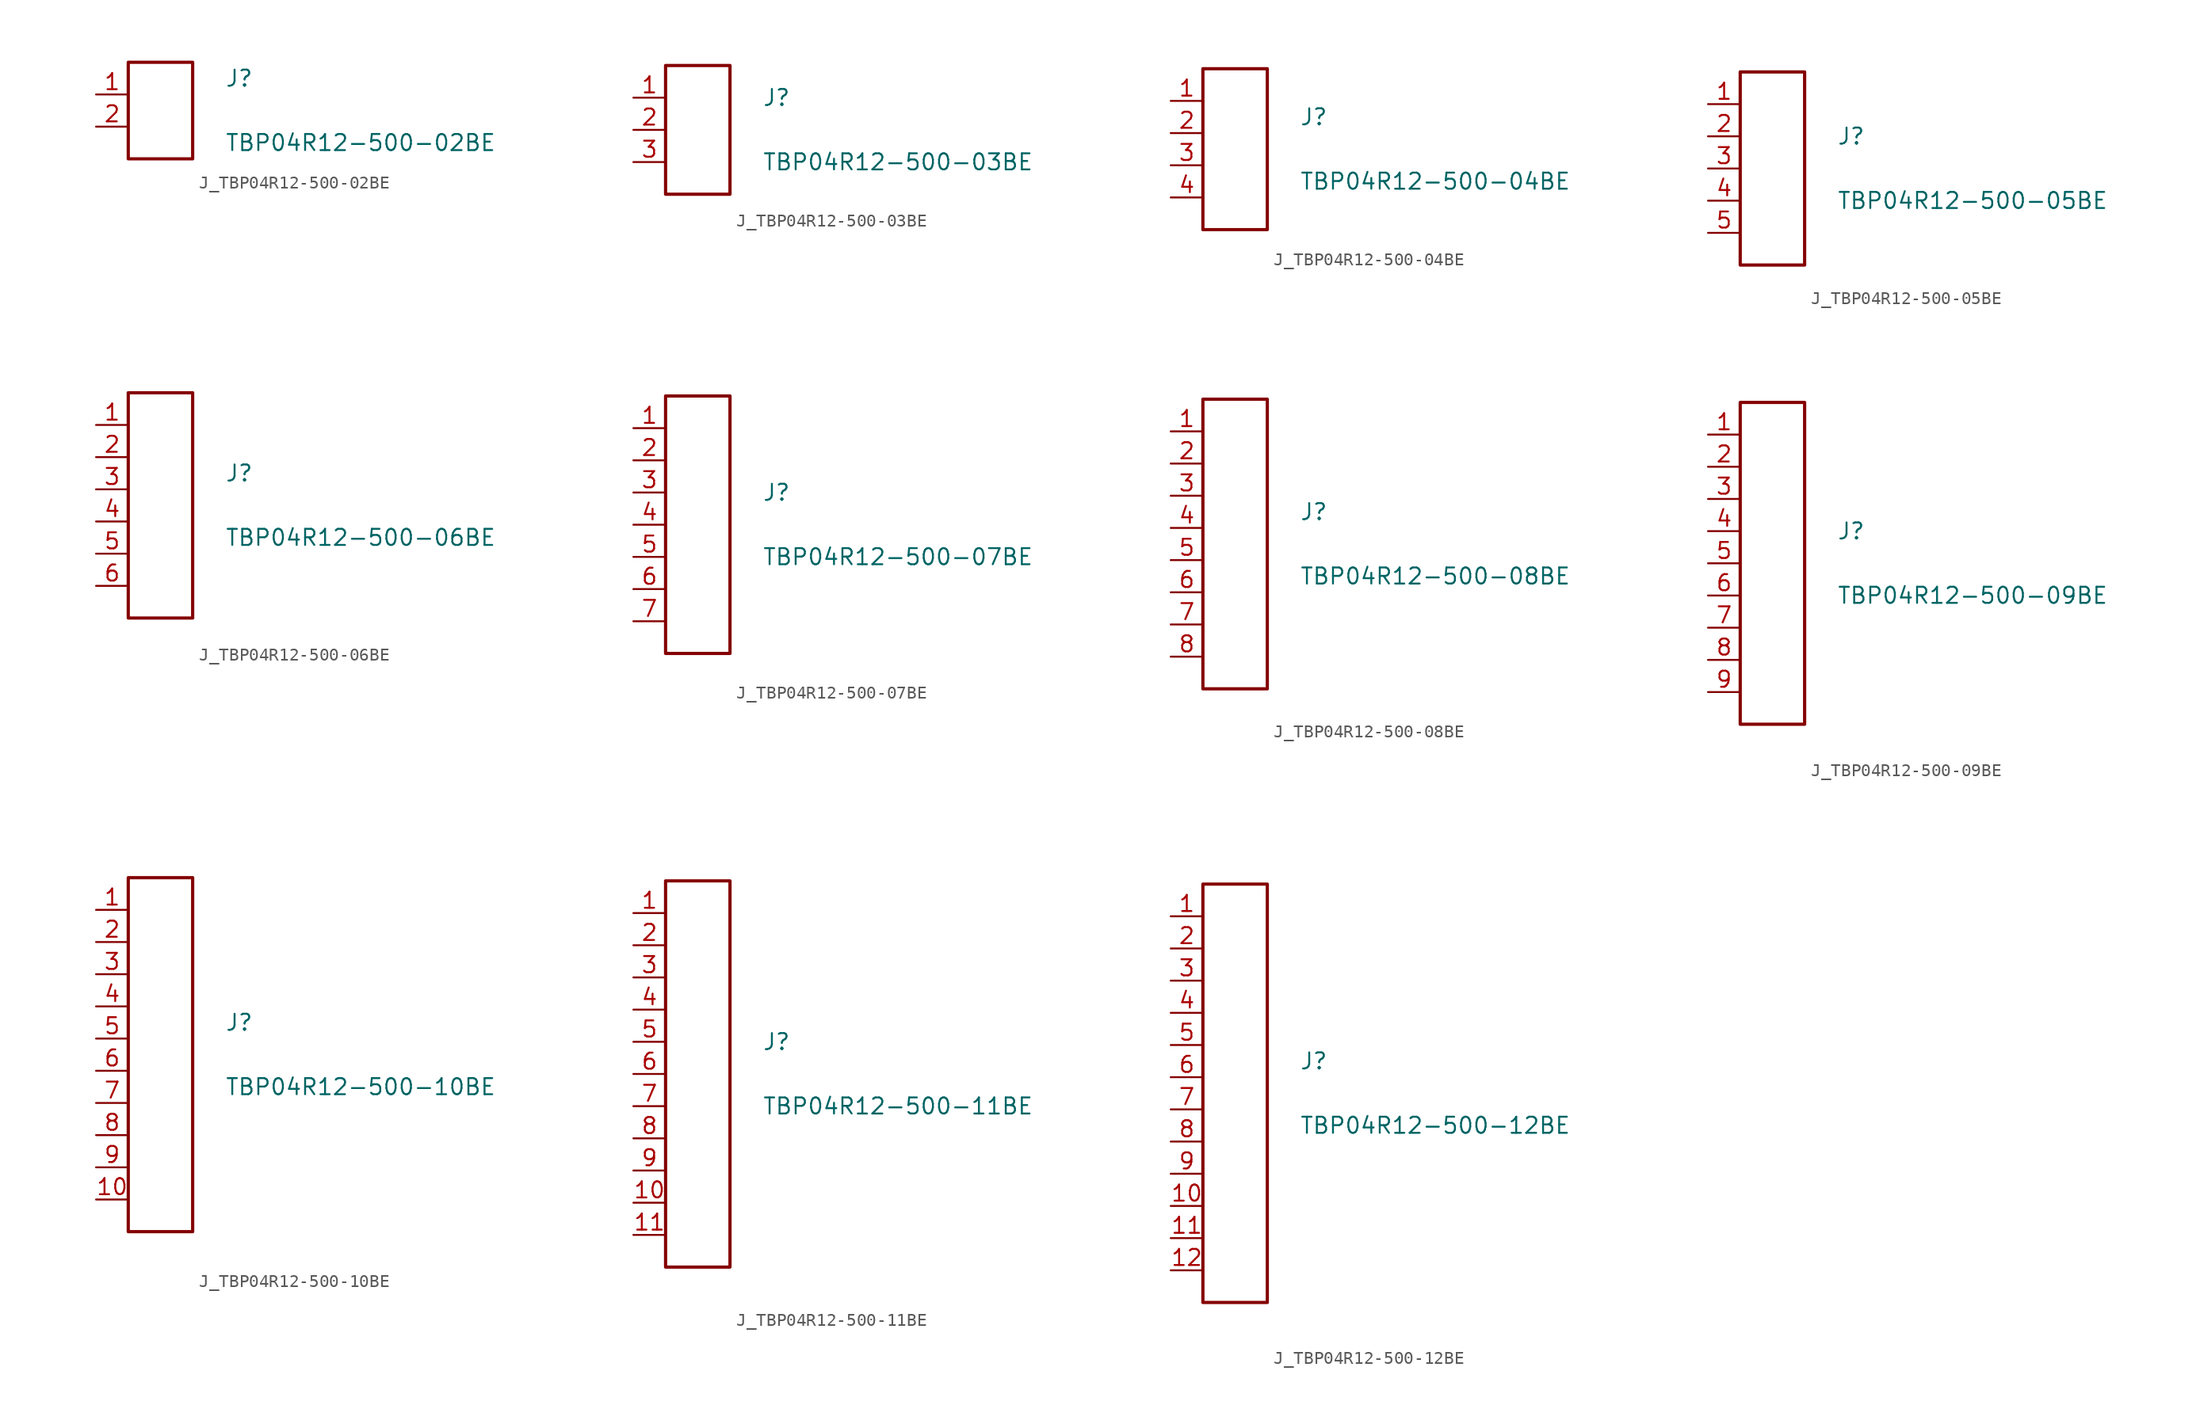
<source format=kicad_sym>
(kicad_symbol_lib
  (version 20231120)
  (generator kicad_symbol_editor)
  (generator_version 8.0)
  (symbol "J_TBP04R12-500-02BE"
    (pin_names
      (offset 0.254))
    (property "Reference" "J"
      (at 5.08 2.54 0)
      (effects (font (size 1.27 1.27)) (justify left)))
    (property "Value" "TBP04R12-500-02BE"
      (at 5.08 -2.54 0)
      (effects (font (size 1.27 1.27)) (justify left)))
    (symbol "J_TBP04R12-500-02BE_0_0"
      (pin unspecified line (at -5.08 1.27 0) (length 2.54) (name "" (effects (font (size 1.27 1.27)))) (number "1" (effects (font (size 1.27 1.27)))))
      (pin unspecified line (at -5.08 -1.27 0) (length 2.54) (name "" (effects (font (size 1.27 1.27)))) (number "2" (effects (font (size 1.27 1.27))))))
    (symbol "J_TBP04R12-500-02BE_1_0"
      (rectangle (start -2.54 3.81) (end 2.54 -3.81) (stroke (width 0.254) (type solid)) (fill (type none)))))
  (symbol "J_TBP04R12-500-03BE"
    (pin_names
      (offset 0.254))
    (property "Reference" "J"
      (at 5.08 2.54 0)
      (effects (font (size 1.27 1.27)) (justify left)))
    (property "Value" "TBP04R12-500-03BE"
      (at 5.08 -2.54 0)
      (effects (font (size 1.27 1.27)) (justify left)))
    (symbol "J_TBP04R12-500-03BE_0_0"
      (pin unspecified line (at -5.08 2.54 0) (length 2.54) (name "" (effects (font (size 1.27 1.27)))) (number "1" (effects (font (size 1.27 1.27)))))
      (pin unspecified line (at -5.08 0.0 0) (length 2.54) (name "" (effects (font (size 1.27 1.27)))) (number "2" (effects (font (size 1.27 1.27)))))
      (pin unspecified line (at -5.08 -2.54 0) (length 2.54) (name "" (effects (font (size 1.27 1.27)))) (number "3" (effects (font (size 1.27 1.27))))))
    (symbol "J_TBP04R12-500-03BE_1_0"
      (rectangle (start -2.54 5.08) (end 2.54 -5.08) (stroke (width 0.254) (type solid)) (fill (type none)))))
  (symbol "J_TBP04R12-500-04BE"
    (pin_names
      (offset 0.254))
    (property "Reference" "J"
      (at 5.08 2.54 0)
      (effects (font (size 1.27 1.27)) (justify left)))
    (property "Value" "TBP04R12-500-04BE"
      (at 5.08 -2.54 0)
      (effects (font (size 1.27 1.27)) (justify left)))
    (symbol "J_TBP04R12-500-04BE_0_0"
      (pin unspecified line (at -5.08 3.81 0) (length 2.54) (name "" (effects (font (size 1.27 1.27)))) (number "1" (effects (font (size 1.27 1.27)))))
      (pin unspecified line (at -5.08 1.27 0) (length 2.54) (name "" (effects (font (size 1.27 1.27)))) (number "2" (effects (font (size 1.27 1.27)))))
      (pin unspecified line (at -5.08 -1.27 0) (length 2.54) (name "" (effects (font (size 1.27 1.27)))) (number "3" (effects (font (size 1.27 1.27)))))
      (pin unspecified line (at -5.08 -3.81 0) (length 2.54) (name "" (effects (font (size 1.27 1.27)))) (number "4" (effects (font (size 1.27 1.27))))))
    (symbol "J_TBP04R12-500-04BE_1_0"
      (rectangle (start -2.54 6.35) (end 2.54 -6.35) (stroke (width 0.254) (type solid)) (fill (type none)))))
  (symbol "J_TBP04R12-500-05BE"
    (pin_names
      (offset 0.254))
    (property "Reference" "J"
      (at 5.08 2.54 0)
      (effects (font (size 1.27 1.27)) (justify left)))
    (property "Value" "TBP04R12-500-05BE"
      (at 5.08 -2.54 0)
      (effects (font (size 1.27 1.27)) (justify left)))
    (symbol "J_TBP04R12-500-05BE_0_0"
      (pin unspecified line (at -5.08 5.08 0) (length 2.54) (name "" (effects (font (size 1.27 1.27)))) (number "1" (effects (font (size 1.27 1.27)))))
      (pin unspecified line (at -5.08 2.54 0) (length 2.54) (name "" (effects (font (size 1.27 1.27)))) (number "2" (effects (font (size 1.27 1.27)))))
      (pin unspecified line (at -5.08 0.0 0) (length 2.54) (name "" (effects (font (size 1.27 1.27)))) (number "3" (effects (font (size 1.27 1.27)))))
      (pin unspecified line (at -5.08 -2.54 0) (length 2.54) (name "" (effects (font (size 1.27 1.27)))) (number "4" (effects (font (size 1.27 1.27)))))
      (pin unspecified line (at -5.08 -5.08 0) (length 2.54) (name "" (effects (font (size 1.27 1.27)))) (number "5" (effects (font (size 1.27 1.27))))))
    (symbol "J_TBP04R12-500-05BE_1_0"
      (rectangle (start -2.54 7.62) (end 2.54 -7.62) (stroke (width 0.254) (type solid)) (fill (type none)))))
  (symbol "J_TBP04R12-500-06BE"
    (pin_names
      (offset 0.254))
    (property "Reference" "J"
      (at 5.08 2.54 0)
      (effects (font (size 1.27 1.27)) (justify left)))
    (property "Value" "TBP04R12-500-06BE"
      (at 5.08 -2.54 0)
      (effects (font (size 1.27 1.27)) (justify left)))
    (symbol "J_TBP04R12-500-06BE_0_0"
      (pin unspecified line (at -5.08 6.35 0) (length 2.54) (name "" (effects (font (size 1.27 1.27)))) (number "1" (effects (font (size 1.27 1.27)))))
      (pin unspecified line (at -5.08 3.81 0) (length 2.54) (name "" (effects (font (size 1.27 1.27)))) (number "2" (effects (font (size 1.27 1.27)))))
      (pin unspecified line (at -5.08 1.27 0) (length 2.54) (name "" (effects (font (size 1.27 1.27)))) (number "3" (effects (font (size 1.27 1.27)))))
      (pin unspecified line (at -5.08 -1.27 0) (length 2.54) (name "" (effects (font (size 1.27 1.27)))) (number "4" (effects (font (size 1.27 1.27)))))
      (pin unspecified line (at -5.08 -3.81 0) (length 2.54) (name "" (effects (font (size 1.27 1.27)))) (number "5" (effects (font (size 1.27 1.27)))))
      (pin unspecified line (at -5.08 -6.35 0) (length 2.54) (name "" (effects (font (size 1.27 1.27)))) (number "6" (effects (font (size 1.27 1.27))))))
    (symbol "J_TBP04R12-500-06BE_1_0"
      (rectangle (start -2.54 8.89) (end 2.54 -8.89) (stroke (width 0.254) (type solid)) (fill (type none)))))
  (symbol "J_TBP04R12-500-07BE"
    (pin_names
      (offset 0.254))
    (property "Reference" "J"
      (at 5.08 2.54 0)
      (effects (font (size 1.27 1.27)) (justify left)))
    (property "Value" "TBP04R12-500-07BE"
      (at 5.08 -2.54 0)
      (effects (font (size 1.27 1.27)) (justify left)))
    (symbol "J_TBP04R12-500-07BE_0_0"
      (pin unspecified line (at -5.08 7.62 0) (length 2.54) (name "" (effects (font (size 1.27 1.27)))) (number "1" (effects (font (size 1.27 1.27)))))
      (pin unspecified line (at -5.08 5.08 0) (length 2.54) (name "" (effects (font (size 1.27 1.27)))) (number "2" (effects (font (size 1.27 1.27)))))
      (pin unspecified line (at -5.08 2.54 0) (length 2.54) (name "" (effects (font (size 1.27 1.27)))) (number "3" (effects (font (size 1.27 1.27)))))
      (pin unspecified line (at -5.08 0.0 0) (length 2.54) (name "" (effects (font (size 1.27 1.27)))) (number "4" (effects (font (size 1.27 1.27)))))
      (pin unspecified line (at -5.08 -2.54 0) (length 2.54) (name "" (effects (font (size 1.27 1.27)))) (number "5" (effects (font (size 1.27 1.27)))))
      (pin unspecified line (at -5.08 -5.08 0) (length 2.54) (name "" (effects (font (size 1.27 1.27)))) (number "6" (effects (font (size 1.27 1.27)))))
      (pin unspecified line (at -5.08 -7.62 0) (length 2.54) (name "" (effects (font (size 1.27 1.27)))) (number "7" (effects (font (size 1.27 1.27))))))
    (symbol "J_TBP04R12-500-07BE_1_0"
      (rectangle (start -2.54 10.16) (end 2.54 -10.16) (stroke (width 0.254) (type solid)) (fill (type none)))))
  (symbol "J_TBP04R12-500-08BE"
    (pin_names
      (offset 0.254))
    (property "Reference" "J"
      (at 5.08 2.54 0)
      (effects (font (size 1.27 1.27)) (justify left)))
    (property "Value" "TBP04R12-500-08BE"
      (at 5.08 -2.54 0)
      (effects (font (size 1.27 1.27)) (justify left)))
    (symbol "J_TBP04R12-500-08BE_0_0"
      (pin unspecified line (at -5.08 8.89 0) (length 2.54) (name "" (effects (font (size 1.27 1.27)))) (number "1" (effects (font (size 1.27 1.27)))))
      (pin unspecified line (at -5.08 6.35 0) (length 2.54) (name "" (effects (font (size 1.27 1.27)))) (number "2" (effects (font (size 1.27 1.27)))))
      (pin unspecified line (at -5.08 3.81 0) (length 2.54) (name "" (effects (font (size 1.27 1.27)))) (number "3" (effects (font (size 1.27 1.27)))))
      (pin unspecified line (at -5.08 1.27 0) (length 2.54) (name "" (effects (font (size 1.27 1.27)))) (number "4" (effects (font (size 1.27 1.27)))))
      (pin unspecified line (at -5.08 -1.27 0) (length 2.54) (name "" (effects (font (size 1.27 1.27)))) (number "5" (effects (font (size 1.27 1.27)))))
      (pin unspecified line (at -5.08 -3.81 0) (length 2.54) (name "" (effects (font (size 1.27 1.27)))) (number "6" (effects (font (size 1.27 1.27)))))
      (pin unspecified line (at -5.08 -6.35 0) (length 2.54) (name "" (effects (font (size 1.27 1.27)))) (number "7" (effects (font (size 1.27 1.27)))))
      (pin unspecified line (at -5.08 -8.89 0) (length 2.54) (name "" (effects (font (size 1.27 1.27)))) (number "8" (effects (font (size 1.27 1.27))))))
    (symbol "J_TBP04R12-500-08BE_1_0"
      (rectangle (start -2.54 11.43) (end 2.54 -11.43) (stroke (width 0.254) (type solid)) (fill (type none)))))
  (symbol "J_TBP04R12-500-09BE"
    (pin_names
      (offset 0.254))
    (property "Reference" "J"
      (at 5.08 2.54 0)
      (effects (font (size 1.27 1.27)) (justify left)))
    (property "Value" "TBP04R12-500-09BE"
      (at 5.08 -2.54 0)
      (effects (font (size 1.27 1.27)) (justify left)))
    (symbol "J_TBP04R12-500-09BE_0_0"
      (pin unspecified line (at -5.08 10.16 0) (length 2.54) (name "" (effects (font (size 1.27 1.27)))) (number "1" (effects (font (size 1.27 1.27)))))
      (pin unspecified line (at -5.08 7.62 0) (length 2.54) (name "" (effects (font (size 1.27 1.27)))) (number "2" (effects (font (size 1.27 1.27)))))
      (pin unspecified line (at -5.08 5.08 0) (length 2.54) (name "" (effects (font (size 1.27 1.27)))) (number "3" (effects (font (size 1.27 1.27)))))
      (pin unspecified line (at -5.08 2.54 0) (length 2.54) (name "" (effects (font (size 1.27 1.27)))) (number "4" (effects (font (size 1.27 1.27)))))
      (pin unspecified line (at -5.08 0.0 0) (length 2.54) (name "" (effects (font (size 1.27 1.27)))) (number "5" (effects (font (size 1.27 1.27)))))
      (pin unspecified line (at -5.08 -2.54 0) (length 2.54) (name "" (effects (font (size 1.27 1.27)))) (number "6" (effects (font (size 1.27 1.27)))))
      (pin unspecified line (at -5.08 -5.08 0) (length 2.54) (name "" (effects (font (size 1.27 1.27)))) (number "7" (effects (font (size 1.27 1.27)))))
      (pin unspecified line (at -5.08 -7.62 0) (length 2.54) (name "" (effects (font (size 1.27 1.27)))) (number "8" (effects (font (size 1.27 1.27)))))
      (pin unspecified line (at -5.08 -10.16 0) (length 2.54) (name "" (effects (font (size 1.27 1.27)))) (number "9" (effects (font (size 1.27 1.27))))))
    (symbol "J_TBP04R12-500-09BE_1_0"
      (rectangle (start -2.54 12.7) (end 2.54 -12.7) (stroke (width 0.254) (type solid)) (fill (type none)))))
  (symbol "J_TBP04R12-500-10BE"
    (pin_names
      (offset 0.254))
    (property "Reference" "J"
      (at 5.08 2.54 0)
      (effects (font (size 1.27 1.27)) (justify left)))
    (property "Value" "TBP04R12-500-10BE"
      (at 5.08 -2.54 0)
      (effects (font (size 1.27 1.27)) (justify left)))
    (symbol "J_TBP04R12-500-10BE_0_0"
      (pin unspecified line (at -5.08 11.43 0) (length 2.54) (name "" (effects (font (size 1.27 1.27)))) (number "1" (effects (font (size 1.27 1.27)))))
      (pin unspecified line (at -5.08 8.89 0) (length 2.54) (name "" (effects (font (size 1.27 1.27)))) (number "2" (effects (font (size 1.27 1.27)))))
      (pin unspecified line (at -5.08 6.35 0) (length 2.54) (name "" (effects (font (size 1.27 1.27)))) (number "3" (effects (font (size 1.27 1.27)))))
      (pin unspecified line (at -5.08 3.81 0) (length 2.54) (name "" (effects (font (size 1.27 1.27)))) (number "4" (effects (font (size 1.27 1.27)))))
      (pin unspecified line (at -5.08 1.27 0) (length 2.54) (name "" (effects (font (size 1.27 1.27)))) (number "5" (effects (font (size 1.27 1.27)))))
      (pin unspecified line (at -5.08 -1.27 0) (length 2.54) (name "" (effects (font (size 1.27 1.27)))) (number "6" (effects (font (size 1.27 1.27)))))
      (pin unspecified line (at -5.08 -3.81 0) (length 2.54) (name "" (effects (font (size 1.27 1.27)))) (number "7" (effects (font (size 1.27 1.27)))))
      (pin unspecified line (at -5.08 -6.35 0) (length 2.54) (name "" (effects (font (size 1.27 1.27)))) (number "8" (effects (font (size 1.27 1.27)))))
      (pin unspecified line (at -5.08 -8.89 0) (length 2.54) (name "" (effects (font (size 1.27 1.27)))) (number "9" (effects (font (size 1.27 1.27)))))
      (pin unspecified line (at -5.08 -11.43 0) (length 2.54) (name "" (effects (font (size 1.27 1.27)))) (number "10" (effects (font (size 1.27 1.27))))))
    (symbol "J_TBP04R12-500-10BE_1_0"
      (rectangle (start -2.54 13.97) (end 2.54 -13.97) (stroke (width 0.254) (type solid)) (fill (type none)))))
  (symbol "J_TBP04R12-500-11BE"
    (pin_names
      (offset 0.254))
    (property "Reference" "J"
      (at 5.08 2.54 0)
      (effects (font (size 1.27 1.27)) (justify left)))
    (property "Value" "TBP04R12-500-11BE"
      (at 5.08 -2.54 0)
      (effects (font (size 1.27 1.27)) (justify left)))
    (symbol "J_TBP04R12-500-11BE_0_0"
      (pin unspecified line (at -5.08 12.7 0) (length 2.54) (name "" (effects (font (size 1.27 1.27)))) (number "1" (effects (font (size 1.27 1.27)))))
      (pin unspecified line (at -5.08 10.16 0) (length 2.54) (name "" (effects (font (size 1.27 1.27)))) (number "2" (effects (font (size 1.27 1.27)))))
      (pin unspecified line (at -5.08 7.62 0) (length 2.54) (name "" (effects (font (size 1.27 1.27)))) (number "3" (effects (font (size 1.27 1.27)))))
      (pin unspecified line (at -5.08 5.08 0) (length 2.54) (name "" (effects (font (size 1.27 1.27)))) (number "4" (effects (font (size 1.27 1.27)))))
      (pin unspecified line (at -5.08 2.54 0) (length 2.54) (name "" (effects (font (size 1.27 1.27)))) (number "5" (effects (font (size 1.27 1.27)))))
      (pin unspecified line (at -5.08 0.0 0) (length 2.54) (name "" (effects (font (size 1.27 1.27)))) (number "6" (effects (font (size 1.27 1.27)))))
      (pin unspecified line (at -5.08 -2.54 0) (length 2.54) (name "" (effects (font (size 1.27 1.27)))) (number "7" (effects (font (size 1.27 1.27)))))
      (pin unspecified line (at -5.08 -5.08 0) (length 2.54) (name "" (effects (font (size 1.27 1.27)))) (number "8" (effects (font (size 1.27 1.27)))))
      (pin unspecified line (at -5.08 -7.62 0) (length 2.54) (name "" (effects (font (size 1.27 1.27)))) (number "9" (effects (font (size 1.27 1.27)))))
      (pin unspecified line (at -5.08 -10.16 0) (length 2.54) (name "" (effects (font (size 1.27 1.27)))) (number "10" (effects (font (size 1.27 1.27)))))
      (pin unspecified line (at -5.08 -12.7 0) (length 2.54) (name "" (effects (font (size 1.27 1.27)))) (number "11" (effects (font (size 1.27 1.27))))))
    (symbol "J_TBP04R12-500-11BE_1_0"
      (rectangle (start -2.54 15.24) (end 2.54 -15.24) (stroke (width 0.254) (type solid)) (fill (type none)))))
  (symbol "J_TBP04R12-500-12BE"
    (pin_names
      (offset 0.254))
    (property "Reference" "J"
      (at 5.08 2.54 0)
      (effects (font (size 1.27 1.27)) (justify left)))
    (property "Value" "TBP04R12-500-12BE"
      (at 5.08 -2.54 0)
      (effects (font (size 1.27 1.27)) (justify left)))
    (symbol "J_TBP04R12-500-12BE_0_0"
      (pin unspecified line (at -5.08 13.97 0) (length 2.54) (name "" (effects (font (size 1.27 1.27)))) (number "1" (effects (font (size 1.27 1.27)))))
      (pin unspecified line (at -5.08 11.43 0) (length 2.54) (name "" (effects (font (size 1.27 1.27)))) (number "2" (effects (font (size 1.27 1.27)))))
      (pin unspecified line (at -5.08 8.89 0) (length 2.54) (name "" (effects (font (size 1.27 1.27)))) (number "3" (effects (font (size 1.27 1.27)))))
      (pin unspecified line (at -5.08 6.35 0) (length 2.54) (name "" (effects (font (size 1.27 1.27)))) (number "4" (effects (font (size 1.27 1.27)))))
      (pin unspecified line (at -5.08 3.81 0) (length 2.54) (name "" (effects (font (size 1.27 1.27)))) (number "5" (effects (font (size 1.27 1.27)))))
      (pin unspecified line (at -5.08 1.27 0) (length 2.54) (name "" (effects (font (size 1.27 1.27)))) (number "6" (effects (font (size 1.27 1.27)))))
      (pin unspecified line (at -5.08 -1.27 0) (length 2.54) (name "" (effects (font (size 1.27 1.27)))) (number "7" (effects (font (size 1.27 1.27)))))
      (pin unspecified line (at -5.08 -3.81 0) (length 2.54) (name "" (effects (font (size 1.27 1.27)))) (number "8" (effects (font (size 1.27 1.27)))))
      (pin unspecified line (at -5.08 -6.35 0) (length 2.54) (name "" (effects (font (size 1.27 1.27)))) (number "9" (effects (font (size 1.27 1.27)))))
      (pin unspecified line (at -5.08 -8.89 0) (length 2.54) (name "" (effects (font (size 1.27 1.27)))) (number "10" (effects (font (size 1.27 1.27)))))
      (pin unspecified line (at -5.08 -11.43 0) (length 2.54) (name "" (effects (font (size 1.27 1.27)))) (number "11" (effects (font (size 1.27 1.27)))))
      (pin unspecified line (at -5.08 -13.97 0) (length 2.54) (name "" (effects (font (size 1.27 1.27)))) (number "12" (effects (font (size 1.27 1.27))))))
    (symbol "J_TBP04R12-500-12BE_1_0"
      (rectangle (start -2.54 16.51) (end 2.54 -16.51) (stroke (width 0.254) (type solid)) (fill (type none))))))
</source>
